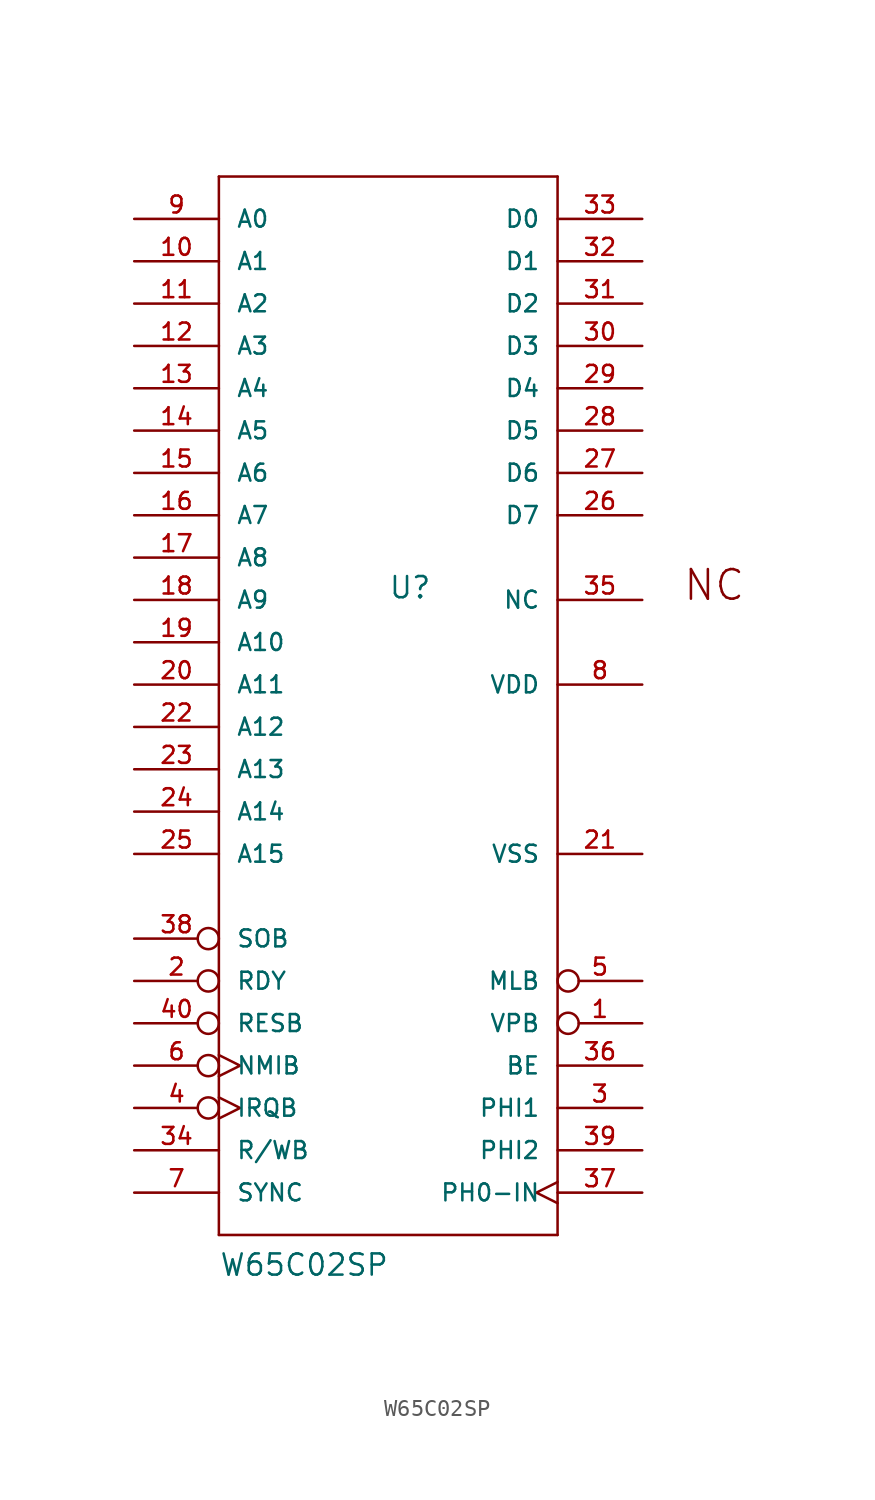
<source format=kicad_sym>
(kicad_symbol_lib
  (version 20211014)
  (generator kicad_symbol_editor)
  (symbol "W65C02SP"
    (pin_names
      (offset 1.016))
    (property "Reference" "U"
      (at 0 0 0)
      (effects (font (size 1.27 1.27)) (justify left bottom)))
    (property "Value" "W65C02SP"
      (at -10.16 -40.64 0)
      (effects (font (size 1.27 1.27)) (justify left bottom)))
    (property "Datasheet" ""
      (at 0 0 0)
      (effects (font (size 1.524 1.524))))
    (property "ki_locked" ""
      (at 0 0 0)
      (effects (font (size 1.27 1.27))))
    (symbol "W65C02SP_1_0"
      (polyline (pts (xy -10.16 -38.1) (xy -10.16 25.4)) (stroke (width 0) (type default) (color 0 0 0 0)) (fill (type none)))
      (polyline (pts (xy -10.16 25.4) (xy 10.16 25.4)) (stroke (width 0) (type default) (color 0 0 0 0)) (fill (type none)))
      (polyline (pts (xy 10.16 -38.1) (xy -10.16 -38.1)) (stroke (width 0) (type default) (color 0 0 0 0)) (fill (type none)))
      (polyline (pts (xy 10.16 25.4) (xy 10.16 -38.1)) (stroke (width 0) (type default) (color 0 0 0 0)) (fill (type none)))
      (text "NC" (at 19.558 0.889 0) (effects (font (size 1.778 1.778)))))
    (symbol "W65C02SP_1_1"
      (pin output inverted (at 15.24 -25.4 180) (length 5.08) (name "VPB" (effects (font (size 1.016 1.016)))) (number "1" (effects (font (size 1.016 1.016)))))
      (pin bidirectional line (at -15.24 20.32 0) (length 5.08) (name "A1" (effects (font (size 1.016 1.016)))) (number "10" (effects (font (size 1.016 1.016)))))
      (pin bidirectional line (at -15.24 17.78 0) (length 5.08) (name "A2" (effects (font (size 1.016 1.016)))) (number "11" (effects (font (size 1.016 1.016)))))
      (pin bidirectional line (at -15.24 15.24 0) (length 5.08) (name "A3" (effects (font (size 1.016 1.016)))) (number "12" (effects (font (size 1.016 1.016)))))
      (pin bidirectional line (at -15.24 12.7 0) (length 5.08) (name "A4" (effects (font (size 1.016 1.016)))) (number "13" (effects (font (size 1.016 1.016)))))
      (pin bidirectional line (at -15.24 10.16 0) (length 5.08) (name "A5" (effects (font (size 1.016 1.016)))) (number "14" (effects (font (size 1.016 1.016)))))
      (pin bidirectional line (at -15.24 7.62 0) (length 5.08) (name "A6" (effects (font (size 1.016 1.016)))) (number "15" (effects (font (size 1.016 1.016)))))
      (pin bidirectional line (at -15.24 5.08 0) (length 5.08) (name "A7" (effects (font (size 1.016 1.016)))) (number "16" (effects (font (size 1.016 1.016)))))
      (pin bidirectional line (at -15.24 2.54 0) (length 5.08) (name "A8" (effects (font (size 1.016 1.016)))) (number "17" (effects (font (size 1.016 1.016)))))
      (pin bidirectional line (at -15.24 0 0) (length 5.08) (name "A9" (effects (font (size 1.016 1.016)))) (number "18" (effects (font (size 1.016 1.016)))))
      (pin bidirectional line (at -15.24 -2.54 0) (length 5.08) (name "A10" (effects (font (size 1.016 1.016)))) (number "19" (effects (font (size 1.016 1.016)))))
      (pin bidirectional inverted (at -15.24 -22.86 0) (length 5.08) (name "RDY" (effects (font (size 1.016 1.016)))) (number "2" (effects (font (size 1.016 1.016)))))
      (pin bidirectional line (at -15.24 -5.08 0) (length 5.08) (name "A11" (effects (font (size 1.016 1.016)))) (number "20" (effects (font (size 1.016 1.016)))))
      (pin power_out line (at 15.24 -15.24 180) (length 5.08) (name "VSS" (effects (font (size 1.016 1.016)))) (number "21" (effects (font (size 1.016 1.016)))))
      (pin bidirectional line (at -15.24 -7.62 0) (length 5.08) (name "A12" (effects (font (size 1.016 1.016)))) (number "22" (effects (font (size 1.016 1.016)))))
      (pin bidirectional line (at -15.24 -10.16 0) (length 5.08) (name "A13" (effects (font (size 1.016 1.016)))) (number "23" (effects (font (size 1.016 1.016)))))
      (pin bidirectional line (at -15.24 -12.7 0) (length 5.08) (name "A14" (effects (font (size 1.016 1.016)))) (number "24" (effects (font (size 1.016 1.016)))))
      (pin bidirectional line (at -15.24 -15.24 0) (length 5.08) (name "A15" (effects (font (size 1.016 1.016)))) (number "25" (effects (font (size 1.016 1.016)))))
      (pin bidirectional line (at 15.24 5.08 180) (length 5.08) (name "D7" (effects (font (size 1.016 1.016)))) (number "26" (effects (font (size 1.016 1.016)))))
      (pin bidirectional line (at 15.24 7.62 180) (length 5.08) (name "D6" (effects (font (size 1.016 1.016)))) (number "27" (effects (font (size 1.016 1.016)))))
      (pin bidirectional line (at 15.24 10.16 180) (length 5.08) (name "D5" (effects (font (size 1.016 1.016)))) (number "28" (effects (font (size 1.016 1.016)))))
      (pin bidirectional line (at 15.24 12.7 180) (length 5.08) (name "D4" (effects (font (size 1.016 1.016)))) (number "29" (effects (font (size 1.016 1.016)))))
      (pin output line (at 15.24 -30.48 180) (length 5.08) (name "PHI1" (effects (font (size 1.016 1.016)))) (number "3" (effects (font (size 1.016 1.016)))))
      (pin bidirectional line (at 15.24 15.24 180) (length 5.08) (name "D3" (effects (font (size 1.016 1.016)))) (number "30" (effects (font (size 1.016 1.016)))))
      (pin bidirectional line (at 15.24 17.78 180) (length 5.08) (name "D2" (effects (font (size 1.016 1.016)))) (number "31" (effects (font (size 1.016 1.016)))))
      (pin bidirectional line (at 15.24 20.32 180) (length 5.08) (name "D1" (effects (font (size 1.016 1.016)))) (number "32" (effects (font (size 1.016 1.016)))))
      (pin bidirectional line (at 15.24 22.86 180) (length 5.08) (name "D0" (effects (font (size 1.016 1.016)))) (number "33" (effects (font (size 1.016 1.016)))))
      (pin output line (at -15.24 -33.02 0) (length 5.08) (name "R/WB" (effects (font (size 1.016 1.016)))) (number "34" (effects (font (size 1.016 1.016)))))
      (pin unspecified line (at 15.24 0 180) (length 5.08) (name "NC" (effects (font (size 1.016 1.016)))) (number "35" (effects (font (size 1.016 1.016)))))
      (pin input line (at 15.24 -27.94 180) (length 5.08) (name "BE" (effects (font (size 1.016 1.016)))) (number "36" (effects (font (size 1.016 1.016)))))
      (pin input clock (at 15.24 -35.56 180) (length 5.08) (name "PH0-IN" (effects (font (size 1.016 1.016)))) (number "37" (effects (font (size 1.016 1.016)))))
      (pin input inverted (at -15.24 -20.32 0) (length 5.08) (name "SOB" (effects (font (size 1.016 1.016)))) (number "38" (effects (font (size 1.016 1.016)))))
      (pin output line (at 15.24 -33.02 180) (length 5.08) (name "PHI2" (effects (font (size 1.016 1.016)))) (number "39" (effects (font (size 1.016 1.016)))))
      (pin input inverted_clock (at -15.24 -30.48 0) (length 5.08) (name "IRQB" (effects (font (size 1.016 1.016)))) (number "4" (effects (font (size 1.016 1.016)))))
      (pin input inverted (at -15.24 -25.4 0) (length 5.08) (name "RESB" (effects (font (size 1.016 1.016)))) (number "40" (effects (font (size 1.016 1.016)))))
      (pin output inverted (at 15.24 -22.86 180) (length 5.08) (name "MLB" (effects (font (size 1.016 1.016)))) (number "5" (effects (font (size 1.016 1.016)))))
      (pin input inverted_clock (at -15.24 -27.94 0) (length 5.08) (name "NMIB" (effects (font (size 1.016 1.016)))) (number "6" (effects (font (size 1.016 1.016)))))
      (pin output line (at -15.24 -35.56 0) (length 5.08) (name "SYNC" (effects (font (size 1.016 1.016)))) (number "7" (effects (font (size 1.016 1.016)))))
      (pin power_in line (at 15.24 -5.08 180) (length 5.08) (name "VDD" (effects (font (size 1.016 1.016)))) (number "8" (effects (font (size 1.016 1.016)))))
      (pin bidirectional line (at -15.24 22.86 0) (length 5.08) (name "A0" (effects (font (size 1.016 1.016)))) (number "9" (effects (font (size 1.016 1.016))))))))
</source>
